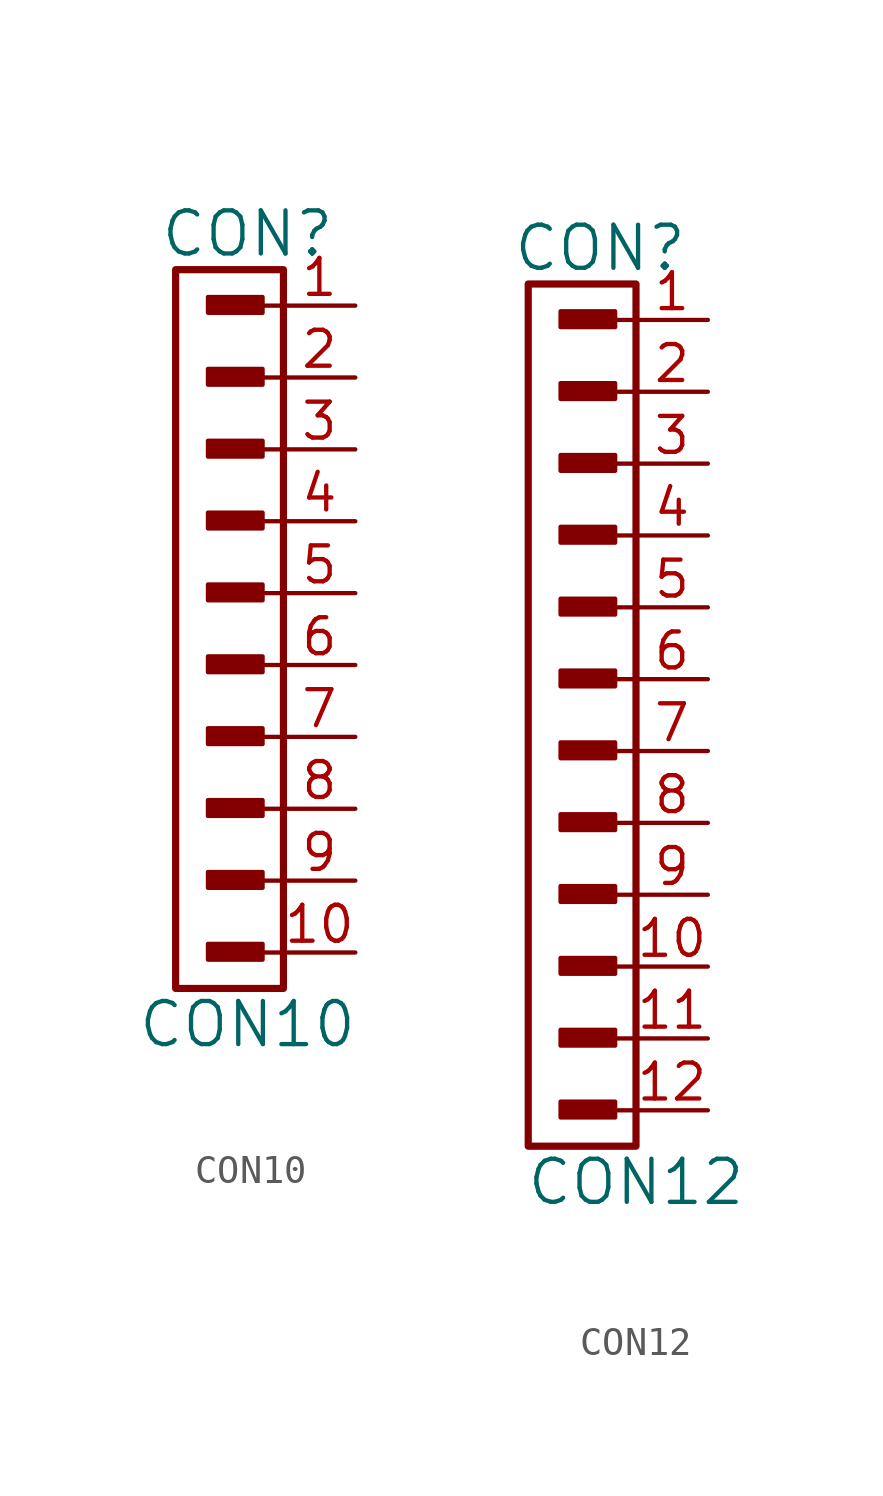
<source format=kicad_sym>
(kicad_symbol_lib
  (version 20211014)
  (generator kicad_symbol_editor)
  (symbol "CON10"
    (pin_names
      (offset 1.016))
    (property "Reference" "CON"
      (at -1.27 12.7 0)
      (effects (font (size 1.524 1.524))))
    (property "Value" "CON10"
      (at -1.27 -15.24 0)
      (effects (font (size 1.524 1.524))))
    (property "Footprint" ""
      (at -1.905 8.89 0)
      (effects (font (size 1.524 1.524))))
    (property "Datasheet" ""
      (at -1.905 8.89 0)
      (effects (font (size 1.524 1.524))))
    (symbol "CON10_0_0"
      (rectangle (start -2.642 -12.852) (end -0.864 -12.497) (stroke (width 0) (type default) (color 0 0 0 0)) (fill (type none)))
      (rectangle (start -2.642 -7.772) (end -0.864 -7.417) (stroke (width 0) (type default) (color 0 0 0 0)) (fill (type none)))
      (rectangle (start -2.642 -5.232) (end -0.864 -4.877) (stroke (width 0) (type default) (color 0 0 0 0)) (fill (type none)))
      (rectangle (start -2.642 -2.692) (end -0.864 -2.337) (stroke (width 0) (type default) (color 0 0 0 0)) (fill (type none)))
      (rectangle (start -2.642 -0.152) (end -0.864 0.203) (stroke (width 0) (type default) (color 0 0 0 0)) (fill (type none)))
      (rectangle (start -2.642 2.388) (end -0.864 2.743) (stroke (width 0) (type default) (color 0 0 0 0)) (fill (type none)))
      (rectangle (start -2.642 4.928) (end -0.864 5.283) (stroke (width 0) (type default) (color 0 0 0 0)) (fill (type none)))
      (rectangle (start -2.642 7.468) (end -0.864 7.823) (stroke (width 0) (type default) (color 0 0 0 0)) (fill (type none)))
      (rectangle (start -2.616 -12.751) (end -0.965 -12.649) (stroke (width 0) (type default) (color 0 0 0 0)) (fill (type none)))
      (rectangle (start -2.616 -10.312) (end -0.838 -9.957) (stroke (width 0) (type default) (color 0 0 0 0)) (fill (type none)))
      (rectangle (start -2.616 -7.671) (end -0.965 -7.569) (stroke (width 0) (type default) (color 0 0 0 0)) (fill (type none)))
      (rectangle (start -2.616 -5.131) (end -0.965 -5.029) (stroke (width 0) (type default) (color 0 0 0 0)) (fill (type none)))
      (rectangle (start -2.616 -2.591) (end -0.965 -2.489) (stroke (width 0) (type default) (color 0 0 0 0)) (fill (type none)))
      (rectangle (start -2.616 -0.051) (end -0.965 0.051) (stroke (width 0) (type default) (color 0 0 0 0)) (fill (type none)))
      (rectangle (start -2.616 2.489) (end -0.965 2.591) (stroke (width 0) (type default) (color 0 0 0 0)) (fill (type none)))
      (rectangle (start -2.616 5.029) (end -0.965 5.131) (stroke (width 0) (type default) (color 0 0 0 0)) (fill (type none)))
      (rectangle (start -2.616 7.569) (end -0.965 7.671) (stroke (width 0) (type default) (color 0 0 0 0)) (fill (type none)))
      (rectangle (start -2.616 10.008) (end -0.838 10.363) (stroke (width 0) (type default) (color 0 0 0 0)) (fill (type none)))
      (rectangle (start -2.591 -10.185) (end -0.94 -10.084) (stroke (width 0) (type default) (color 0 0 0 0)) (fill (type none)))
      (rectangle (start -2.591 10.135) (end -0.94 10.236) (stroke (width 0) (type default) (color 0 0 0 0)) (fill (type none)))
      (rectangle (start -0.965 -12.573) (end -2.642 -12.776) (stroke (width 0) (type default) (color 0 0 0 0)) (fill (type none)))
      (rectangle (start -0.965 -7.493) (end -2.642 -7.696) (stroke (width 0) (type default) (color 0 0 0 0)) (fill (type none)))
      (rectangle (start -0.965 -4.953) (end -2.642 -5.156) (stroke (width 0) (type default) (color 0 0 0 0)) (fill (type none)))
      (rectangle (start -0.965 -2.413) (end -2.642 -2.616) (stroke (width 0) (type default) (color 0 0 0 0)) (fill (type none)))
      (rectangle (start -0.965 0.127) (end -2.642 -0.076) (stroke (width 0) (type default) (color 0 0 0 0)) (fill (type none)))
      (rectangle (start -0.965 2.667) (end -2.642 2.464) (stroke (width 0) (type default) (color 0 0 0 0)) (fill (type none)))
      (rectangle (start -0.965 5.207) (end -2.642 5.004) (stroke (width 0) (type default) (color 0 0 0 0)) (fill (type none)))
      (rectangle (start -0.965 7.747) (end -2.642 7.544) (stroke (width 0) (type default) (color 0 0 0 0)) (fill (type none)))
      (rectangle (start -0.864 -10.058) (end -2.54 -10.262) (stroke (width 0) (type default) (color 0 0 0 0)) (fill (type none)))
      (rectangle (start -0.864 10.262) (end -2.54 10.058) (stroke (width 0) (type default) (color 0 0 0 0)) (fill (type none)))
      (rectangle (start -0.737 -12.395) (end -2.667 -12.954) (stroke (width 0) (type default) (color 0 0 0 0)) (fill (type none)))
      (rectangle (start -0.737 -9.855) (end -2.667 -10.414) (stroke (width 0) (type default) (color 0 0 0 0)) (fill (type none)))
      (rectangle (start -0.737 -7.315) (end -2.667 -7.874) (stroke (width 0) (type default) (color 0 0 0 0)) (fill (type none)))
      (rectangle (start -0.737 -4.775) (end -2.667 -5.334) (stroke (width 0) (type default) (color 0 0 0 0)) (fill (type none)))
      (rectangle (start -0.737 -2.235) (end -2.667 -2.794) (stroke (width 0) (type default) (color 0 0 0 0)) (fill (type none)))
      (rectangle (start -0.737 0.305) (end -2.667 -0.254) (stroke (width 0) (type default) (color 0 0 0 0)) (fill (type none)))
      (rectangle (start -0.737 2.845) (end -2.667 2.286) (stroke (width 0) (type default) (color 0 0 0 0)) (fill (type none)))
      (rectangle (start -0.737 5.385) (end -2.667 4.826) (stroke (width 0) (type default) (color 0 0 0 0)) (fill (type none)))
      (rectangle (start -0.737 7.925) (end -2.667 7.366) (stroke (width 0) (type default) (color 0 0 0 0)) (fill (type none)))
      (rectangle (start -0.737 10.465) (end -2.667 9.906) (stroke (width 0) (type default) (color 0 0 0 0)) (fill (type none)))
      (polyline (pts (xy 0 -12.7) (xy -0.762 -12.7)) (stroke (width 0) (type default) (color 0 0 0 0)) (fill (type none)))
      (polyline (pts (xy 0 -10.16) (xy -0.762 -10.16)) (stroke (width 0) (type default) (color 0 0 0 0)) (fill (type none)))
      (polyline (pts (xy 0 -7.62) (xy -0.762 -7.62)) (stroke (width 0) (type default) (color 0 0 0 0)) (fill (type none)))
      (polyline (pts (xy 0 -5.08) (xy -0.762 -5.08)) (stroke (width 0) (type default) (color 0 0 0 0)) (fill (type none)))
      (polyline (pts (xy 0 -2.54) (xy -0.762 -2.54)) (stroke (width 0) (type default) (color 0 0 0 0)) (fill (type none)))
      (polyline (pts (xy 0 0) (xy -0.762 0)) (stroke (width 0) (type default) (color 0 0 0 0)) (fill (type none)))
      (polyline (pts (xy 0 2.54) (xy -0.762 2.54)) (stroke (width 0) (type default) (color 0 0 0 0)) (fill (type none)))
      (polyline (pts (xy 0 5.08) (xy -0.762 5.08)) (stroke (width 0) (type default) (color 0 0 0 0)) (fill (type none)))
      (polyline (pts (xy 0 7.62) (xy -0.762 7.62)) (stroke (width 0) (type default) (color 0 0 0 0)) (fill (type none)))
      (polyline (pts (xy 0 10.16) (xy -0.762 10.16)) (stroke (width 0) (type default) (color 0 0 0 0)) (fill (type none))))
    (symbol "CON10_0_1"
      (rectangle (start 0 11.43) (end -3.81 -13.97) (stroke (width 0.254) (type default) (color 0 0 0 0)) (fill (type none))))
    (symbol "CON10_1_1"
      (pin passive line (at 2.54 10.16 180) (length 2.54) (name "~" (effects (font (size 1.27 1.27)))) (number "1" (effects (font (size 1.27 1.27)))))
      (pin passive line (at 2.54 -12.7 180) (length 2.54) (name "~" (effects (font (size 1.27 1.27)))) (number "10" (effects (font (size 1.27 1.27)))))
      (pin passive line (at 2.54 7.62 180) (length 2.54) (name "~" (effects (font (size 1.27 1.27)))) (number "2" (effects (font (size 1.27 1.27)))))
      (pin passive line (at 2.54 5.08 180) (length 2.54) (name "~" (effects (font (size 1.27 1.27)))) (number "3" (effects (font (size 1.27 1.27)))))
      (pin passive line (at 2.54 2.54 180) (length 2.54) (name "~" (effects (font (size 1.27 1.27)))) (number "4" (effects (font (size 1.27 1.27)))))
      (pin passive line (at 2.54 0 180) (length 2.54) (name "~" (effects (font (size 1.27 1.27)))) (number "5" (effects (font (size 1.27 1.27)))))
      (pin passive line (at 2.54 -2.54 180) (length 2.54) (name "~" (effects (font (size 1.27 1.27)))) (number "6" (effects (font (size 1.27 1.27)))))
      (pin passive line (at 2.54 -5.08 180) (length 2.54) (name "~" (effects (font (size 1.27 1.27)))) (number "7" (effects (font (size 1.27 1.27)))))
      (pin passive line (at 2.54 -7.62 180) (length 2.54) (name "~" (effects (font (size 1.27 1.27)))) (number "8" (effects (font (size 1.27 1.27)))))
      (pin passive line (at 2.54 -10.16 180) (length 2.54) (name "~" (effects (font (size 1.27 1.27)))) (number "9" (effects (font (size 1.27 1.27)))))))
  (symbol "CON12"
    (pin_names
      (offset 1.016))
    (property "Reference" "CON"
      (at -1.27 15.24 0)
      (effects (font (size 1.524 1.524))))
    (property "Value" "CON12"
      (at 0 -17.78 0)
      (effects (font (size 1.524 1.524))))
    (property "Footprint" ""
      (at -1.905 11.43 0)
      (effects (font (size 1.524 1.524))))
    (property "Datasheet" ""
      (at -1.905 11.43 0)
      (effects (font (size 1.524 1.524))))
    (symbol "CON12_0_0"
      (rectangle (start -2.642 -15.392) (end -0.864 -15.037) (stroke (width 0) (type default) (color 0 0 0 0)) (fill (type none)))
      (rectangle (start -2.642 -12.852) (end -0.864 -12.497) (stroke (width 0) (type default) (color 0 0 0 0)) (fill (type none)))
      (rectangle (start -2.642 -10.312) (end -0.864 -9.957) (stroke (width 0) (type default) (color 0 0 0 0)) (fill (type none)))
      (rectangle (start -2.642 -5.232) (end -0.864 -4.877) (stroke (width 0) (type default) (color 0 0 0 0)) (fill (type none)))
      (rectangle (start -2.642 -2.692) (end -0.864 -2.337) (stroke (width 0) (type default) (color 0 0 0 0)) (fill (type none)))
      (rectangle (start -2.642 -0.152) (end -0.864 0.203) (stroke (width 0) (type default) (color 0 0 0 0)) (fill (type none)))
      (rectangle (start -2.642 2.388) (end -0.864 2.743) (stroke (width 0) (type default) (color 0 0 0 0)) (fill (type none)))
      (rectangle (start -2.642 4.928) (end -0.864 5.283) (stroke (width 0) (type default) (color 0 0 0 0)) (fill (type none)))
      (rectangle (start -2.642 7.468) (end -0.864 7.823) (stroke (width 0) (type default) (color 0 0 0 0)) (fill (type none)))
      (rectangle (start -2.642 10.008) (end -0.864 10.363) (stroke (width 0) (type default) (color 0 0 0 0)) (fill (type none)))
      (rectangle (start -2.616 -15.291) (end -0.965 -15.189) (stroke (width 0) (type default) (color 0 0 0 0)) (fill (type none)))
      (rectangle (start -2.616 -12.751) (end -0.965 -12.649) (stroke (width 0) (type default) (color 0 0 0 0)) (fill (type none)))
      (rectangle (start -2.616 -10.211) (end -0.965 -10.109) (stroke (width 0) (type default) (color 0 0 0 0)) (fill (type none)))
      (rectangle (start -2.616 -7.772) (end -0.838 -7.417) (stroke (width 0) (type default) (color 0 0 0 0)) (fill (type none)))
      (rectangle (start -2.616 -5.131) (end -0.965 -5.029) (stroke (width 0) (type default) (color 0 0 0 0)) (fill (type none)))
      (rectangle (start -2.616 -2.591) (end -0.965 -2.489) (stroke (width 0) (type default) (color 0 0 0 0)) (fill (type none)))
      (rectangle (start -2.616 -0.051) (end -0.965 0.051) (stroke (width 0) (type default) (color 0 0 0 0)) (fill (type none)))
      (rectangle (start -2.616 2.489) (end -0.965 2.591) (stroke (width 0) (type default) (color 0 0 0 0)) (fill (type none)))
      (rectangle (start -2.616 5.029) (end -0.965 5.131) (stroke (width 0) (type default) (color 0 0 0 0)) (fill (type none)))
      (rectangle (start -2.616 7.569) (end -0.965 7.671) (stroke (width 0) (type default) (color 0 0 0 0)) (fill (type none)))
      (rectangle (start -2.616 10.109) (end -0.965 10.211) (stroke (width 0) (type default) (color 0 0 0 0)) (fill (type none)))
      (rectangle (start -2.616 12.548) (end -0.838 12.903) (stroke (width 0) (type default) (color 0 0 0 0)) (fill (type none)))
      (rectangle (start -2.591 -7.645) (end -0.94 -7.544) (stroke (width 0) (type default) (color 0 0 0 0)) (fill (type none)))
      (rectangle (start -2.591 12.675) (end -0.94 12.776) (stroke (width 0) (type default) (color 0 0 0 0)) (fill (type none)))
      (rectangle (start -0.965 -15.113) (end -2.642 -15.316) (stroke (width 0) (type default) (color 0 0 0 0)) (fill (type none)))
      (rectangle (start -0.965 -12.573) (end -2.642 -12.776) (stroke (width 0) (type default) (color 0 0 0 0)) (fill (type none)))
      (rectangle (start -0.965 -10.033) (end -2.642 -10.236) (stroke (width 0) (type default) (color 0 0 0 0)) (fill (type none)))
      (rectangle (start -0.965 -4.953) (end -2.642 -5.156) (stroke (width 0) (type default) (color 0 0 0 0)) (fill (type none)))
      (rectangle (start -0.965 -2.413) (end -2.642 -2.616) (stroke (width 0) (type default) (color 0 0 0 0)) (fill (type none)))
      (rectangle (start -0.965 0.127) (end -2.642 -0.076) (stroke (width 0) (type default) (color 0 0 0 0)) (fill (type none)))
      (rectangle (start -0.965 2.667) (end -2.642 2.464) (stroke (width 0) (type default) (color 0 0 0 0)) (fill (type none)))
      (rectangle (start -0.965 5.207) (end -2.642 5.004) (stroke (width 0) (type default) (color 0 0 0 0)) (fill (type none)))
      (rectangle (start -0.965 7.747) (end -2.642 7.544) (stroke (width 0) (type default) (color 0 0 0 0)) (fill (type none)))
      (rectangle (start -0.965 10.287) (end -2.642 10.084) (stroke (width 0) (type default) (color 0 0 0 0)) (fill (type none)))
      (rectangle (start -0.864 -7.518) (end -2.54 -7.722) (stroke (width 0) (type default) (color 0 0 0 0)) (fill (type none)))
      (rectangle (start -0.864 12.802) (end -2.54 12.598) (stroke (width 0) (type default) (color 0 0 0 0)) (fill (type none)))
      (rectangle (start -0.737 -14.935) (end -2.667 -15.494) (stroke (width 0) (type default) (color 0 0 0 0)) (fill (type none)))
      (rectangle (start -0.737 -12.395) (end -2.667 -12.954) (stroke (width 0) (type default) (color 0 0 0 0)) (fill (type none)))
      (rectangle (start -0.737 -9.855) (end -2.667 -10.414) (stroke (width 0) (type default) (color 0 0 0 0)) (fill (type none)))
      (rectangle (start -0.737 -7.315) (end -2.667 -7.874) (stroke (width 0) (type default) (color 0 0 0 0)) (fill (type none)))
      (rectangle (start -0.737 -4.775) (end -2.667 -5.334) (stroke (width 0) (type default) (color 0 0 0 0)) (fill (type none)))
      (rectangle (start -0.737 -2.235) (end -2.667 -2.794) (stroke (width 0) (type default) (color 0 0 0 0)) (fill (type none)))
      (rectangle (start -0.737 0.305) (end -2.667 -0.254) (stroke (width 0) (type default) (color 0 0 0 0)) (fill (type none)))
      (rectangle (start -0.737 2.845) (end -2.667 2.286) (stroke (width 0) (type default) (color 0 0 0 0)) (fill (type none)))
      (rectangle (start -0.737 5.385) (end -2.667 4.826) (stroke (width 0) (type default) (color 0 0 0 0)) (fill (type none)))
      (rectangle (start -0.737 7.925) (end -2.667 7.366) (stroke (width 0) (type default) (color 0 0 0 0)) (fill (type none)))
      (rectangle (start -0.737 10.465) (end -2.667 9.906) (stroke (width 0) (type default) (color 0 0 0 0)) (fill (type none)))
      (rectangle (start -0.737 13.005) (end -2.667 12.446) (stroke (width 0) (type default) (color 0 0 0 0)) (fill (type none)))
      (polyline (pts (xy 0 -15.24) (xy -0.762 -15.24)) (stroke (width 0) (type default) (color 0 0 0 0)) (fill (type none)))
      (polyline (pts (xy 0 -12.7) (xy -0.762 -12.7)) (stroke (width 0) (type default) (color 0 0 0 0)) (fill (type none)))
      (polyline (pts (xy 0 -10.16) (xy -0.762 -10.16)) (stroke (width 0) (type default) (color 0 0 0 0)) (fill (type none)))
      (polyline (pts (xy 0 -7.62) (xy -0.762 -7.62)) (stroke (width 0) (type default) (color 0 0 0 0)) (fill (type none)))
      (polyline (pts (xy 0 -5.08) (xy -0.762 -5.08)) (stroke (width 0) (type default) (color 0 0 0 0)) (fill (type none)))
      (polyline (pts (xy 0 -2.54) (xy -0.762 -2.54)) (stroke (width 0) (type default) (color 0 0 0 0)) (fill (type none)))
      (polyline (pts (xy 0 0) (xy -0.762 0)) (stroke (width 0) (type default) (color 0 0 0 0)) (fill (type none)))
      (polyline (pts (xy 0 2.54) (xy -0.762 2.54)) (stroke (width 0) (type default) (color 0 0 0 0)) (fill (type none)))
      (polyline (pts (xy 0 5.08) (xy -0.762 5.08)) (stroke (width 0) (type default) (color 0 0 0 0)) (fill (type none)))
      (polyline (pts (xy 0 7.62) (xy -0.762 7.62)) (stroke (width 0) (type default) (color 0 0 0 0)) (fill (type none)))
      (polyline (pts (xy 0 10.16) (xy -0.762 10.16)) (stroke (width 0) (type default) (color 0 0 0 0)) (fill (type none)))
      (polyline (pts (xy 0 12.7) (xy -0.762 12.7)) (stroke (width 0) (type default) (color 0 0 0 0)) (fill (type none))))
    (symbol "CON12_0_1"
      (rectangle (start 0 13.97) (end -3.81 -16.51) (stroke (width 0.254) (type default) (color 0 0 0 0)) (fill (type none))))
    (symbol "CON12_1_1"
      (pin passive line (at 2.54 12.7 180) (length 2.54) (name "~" (effects (font (size 1.27 1.27)))) (number "1" (effects (font (size 1.27 1.27)))))
      (pin passive line (at 2.54 -10.16 180) (length 2.54) (name "~" (effects (font (size 1.27 1.27)))) (number "10" (effects (font (size 1.27 1.27)))))
      (pin passive line (at 2.54 -12.7 180) (length 2.54) (name "~" (effects (font (size 1.27 1.27)))) (number "11" (effects (font (size 1.27 1.27)))))
      (pin passive line (at 2.54 -15.24 180) (length 2.54) (name "~" (effects (font (size 1.27 1.27)))) (number "12" (effects (font (size 1.27 1.27)))))
      (pin passive line (at 2.54 10.16 180) (length 2.54) (name "~" (effects (font (size 1.27 1.27)))) (number "2" (effects (font (size 1.27 1.27)))))
      (pin passive line (at 2.54 7.62 180) (length 2.54) (name "~" (effects (font (size 1.27 1.27)))) (number "3" (effects (font (size 1.27 1.27)))))
      (pin passive line (at 2.54 5.08 180) (length 2.54) (name "~" (effects (font (size 1.27 1.27)))) (number "4" (effects (font (size 1.27 1.27)))))
      (pin passive line (at 2.54 2.54 180) (length 2.54) (name "~" (effects (font (size 1.27 1.27)))) (number "5" (effects (font (size 1.27 1.27)))))
      (pin passive line (at 2.54 0 180) (length 2.54) (name "~" (effects (font (size 1.27 1.27)))) (number "6" (effects (font (size 1.27 1.27)))))
      (pin passive line (at 2.54 -2.54 180) (length 2.54) (name "~" (effects (font (size 1.27 1.27)))) (number "7" (effects (font (size 1.27 1.27)))))
      (pin passive line (at 2.54 -5.08 180) (length 2.54) (name "~" (effects (font (size 1.27 1.27)))) (number "8" (effects (font (size 1.27 1.27)))))
      (pin passive line (at 2.54 -7.62 180) (length 2.54) (name "~" (effects (font (size 1.27 1.27)))) (number "9" (effects (font (size 1.27 1.27))))))))
</source>
